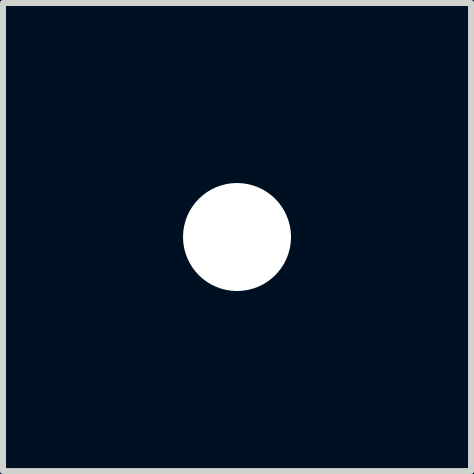
<source format=kicad_pcb>
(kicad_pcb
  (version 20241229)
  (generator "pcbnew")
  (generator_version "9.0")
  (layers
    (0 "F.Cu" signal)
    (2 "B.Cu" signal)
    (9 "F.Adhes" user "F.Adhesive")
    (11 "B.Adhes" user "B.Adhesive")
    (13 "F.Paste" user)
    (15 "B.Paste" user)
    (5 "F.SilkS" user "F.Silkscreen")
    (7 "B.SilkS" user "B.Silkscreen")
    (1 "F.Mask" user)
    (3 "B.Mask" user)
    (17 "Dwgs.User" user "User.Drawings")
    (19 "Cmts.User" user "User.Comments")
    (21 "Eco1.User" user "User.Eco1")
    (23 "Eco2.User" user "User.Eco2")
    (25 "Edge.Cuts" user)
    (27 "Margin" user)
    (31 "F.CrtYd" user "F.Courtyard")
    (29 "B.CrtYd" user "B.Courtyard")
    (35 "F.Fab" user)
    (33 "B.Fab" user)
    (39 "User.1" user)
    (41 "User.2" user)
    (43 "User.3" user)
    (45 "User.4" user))
  (footprint "D1_8_PAD"
    (layer "F.Cu")
    (at 0.9 0.9)
    (property "Reference" "D1_8_PAD" (at 0 -0.2 0) (layer "F.Fab") (effects (font (size 0.2 0.2) (thickness 0.05))))
    (attr exclude_from_pos_files exclude_from_bom)
    (pad "" np_thru_hole circle (at 0 0) (size 1.8 1.8) (drill 1.8) (layers "*.Cu" "*.Mask")))
  (gr_rect
    (start -3 -3)
    (end 4.8 4.8)
    (stroke (width 0.1) (type default))
    (fill no)
    (layer "Edge.Cuts")))
</source>
